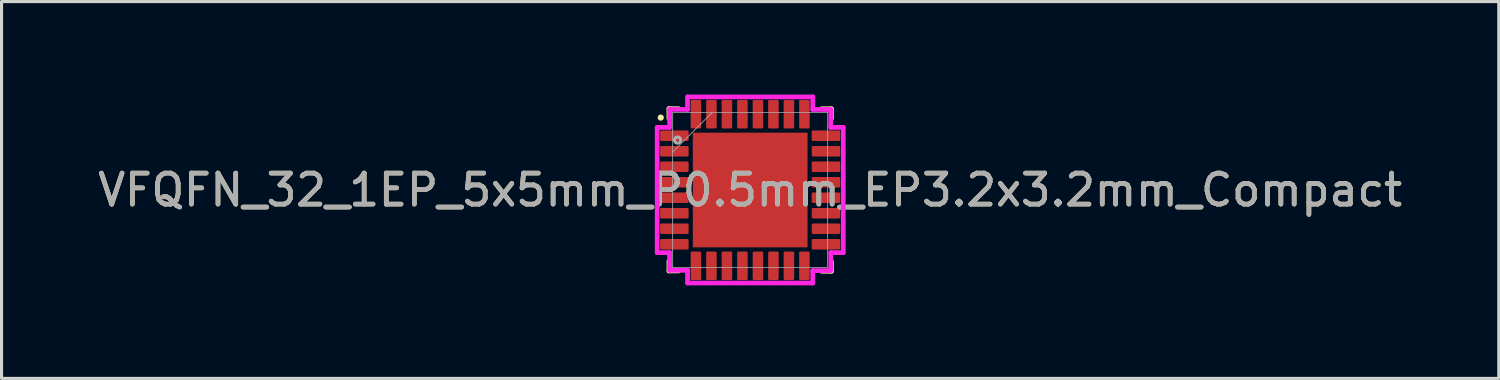
<source format=kicad_pcb>
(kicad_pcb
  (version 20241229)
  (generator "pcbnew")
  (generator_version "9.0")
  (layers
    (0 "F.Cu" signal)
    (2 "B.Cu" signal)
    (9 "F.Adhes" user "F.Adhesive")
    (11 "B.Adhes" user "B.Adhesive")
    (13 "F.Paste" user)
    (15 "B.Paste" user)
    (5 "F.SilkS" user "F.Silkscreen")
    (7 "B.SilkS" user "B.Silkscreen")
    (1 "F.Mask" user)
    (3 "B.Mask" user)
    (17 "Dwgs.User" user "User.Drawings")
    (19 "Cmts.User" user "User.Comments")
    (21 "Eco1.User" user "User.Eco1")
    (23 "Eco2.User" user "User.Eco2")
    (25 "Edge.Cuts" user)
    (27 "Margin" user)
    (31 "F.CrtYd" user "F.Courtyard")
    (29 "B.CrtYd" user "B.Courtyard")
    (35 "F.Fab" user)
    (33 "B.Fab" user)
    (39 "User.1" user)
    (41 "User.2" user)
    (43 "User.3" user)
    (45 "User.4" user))
  (footprint "VFQFN_32_1EP_5x5mm_P0.5mm_EP3.2x3.2mm_Compact"
    (layer "F.Cu")
    (at 21.149 3.079)
    (property "Reference" "VFQFN_32_1EP_5x5mm_P0.5mm_EP3.2x3.2mm_Compact" (at 0 0 0) (unlocked yes) (layer "F.SilkS") (effects (font (size 1 1) (thickness 0.15))))
    (attr smd)
    (fp_poly (pts (xy -1.9 -1.9) (xy 1.9 -1.9) (xy 1.9 1.9) (xy -1.9 1.9)) (stroke (width 0.01) (type solid)) (fill yes) (layer "F.Mask"))
    (fp_line (start -2.62 -2.622) (end -2.62 -2.31) (stroke (width 0.152) (type solid)) (layer "F.SilkS"))
    (fp_line (start -2.62 2.298) (end -2.62 2.61) (stroke (width 0.152) (type solid)) (layer "F.SilkS"))
    (fp_line (start -2.62 2.61) (end -2.308 2.61) (stroke (width 0.152) (type solid)) (layer "F.SilkS"))
    (fp_line (start -2.308 -2.622) (end -2.62 -2.622) (stroke (width 0.152) (type solid)) (layer "F.SilkS"))
    (fp_line (start 2.308 2.62) (end 2.62 2.62) (stroke (width 0.152) (type solid)) (layer "F.SilkS"))
    (fp_line (start 2.62 -2.62) (end 2.308 -2.62) (stroke (width 0.152) (type solid)) (layer "F.SilkS"))
    (fp_line (start 2.62 -2.308) (end 2.62 -2.62) (stroke (width 0.152) (type solid)) (layer "F.SilkS"))
    (fp_line (start 2.62 2.62) (end 2.62 2.308) (stroke (width 0.152) (type solid)) (layer "F.SilkS"))
    (fp_circle (center -2.884 -2.336) (end -2.784 -2.336) (stroke (width 0) (type solid)) (fill yes) (layer "F.SilkS"))
    (fp_poly (pts (xy -1.17 -1.17) (xy 1.17 -1.17) (xy 1.17 1.17) (xy -1.17 1.17)) (stroke (width 0.01) (type solid)) (fill yes) (layer "F.Paste"))
    (fp_line (start -3 -2.02) (end -2.599 -2.02) (stroke (width 0.152) (type solid)) (layer "F.CrtYd"))
    (fp_line (start -3 2.02) (end -3 -2.02) (stroke (width 0.152) (type solid)) (layer "F.CrtYd"))
    (fp_line (start -2.6 2.02) (end -3 2.02) (stroke (width 0.152) (type solid)) (layer "F.CrtYd"))
    (fp_line (start -2.6 2.59) (end -2.6 2.02) (stroke (width 0.152) (type solid)) (layer "F.CrtYd"))
    (fp_line (start -2.599 -2.6) (end -2.02 -2.6) (stroke (width 0.152) (type solid)) (layer "F.CrtYd"))
    (fp_line (start -2.599 -2.02) (end -2.599 -2.6) (stroke (width 0.152) (type solid)) (layer "F.CrtYd"))
    (fp_line (start -2.02 -3.003) (end 2.02 -3.003) (stroke (width 0.152) (type solid)) (layer "F.CrtYd"))
    (fp_line (start -2.02 -2.6) (end -2.02 -3.003) (stroke (width 0.152) (type solid)) (layer "F.CrtYd"))
    (fp_line (start -2.02 2.59) (end -2.6 2.59) (stroke (width 0.152) (type solid)) (layer "F.CrtYd"))
    (fp_line (start -2.02 3) (end -2.02 2.59) (stroke (width 0.152) (type solid)) (layer "F.CrtYd"))
    (fp_line (start 2.02 -3.003) (end 2.02 -2.6) (stroke (width 0.152) (type solid)) (layer "F.CrtYd"))
    (fp_line (start 2.02 -2.599) (end 2.6 -2.599) (stroke (width 0.152) (type solid)) (layer "F.CrtYd"))
    (fp_line (start 2.02 2.6) (end 2.02 3) (stroke (width 0.152) (type solid)) (layer "F.CrtYd"))
    (fp_line (start 2.02 3) (end -2.02 3) (stroke (width 0.152) (type solid)) (layer "F.CrtYd"))
    (fp_line (start 2.599 2.02) (end 2.599 2.6) (stroke (width 0.152) (type solid)) (layer "F.CrtYd"))
    (fp_line (start 2.599 2.6) (end 2.02 2.6) (stroke (width 0.152) (type solid)) (layer "F.CrtYd"))
    (fp_line (start 2.6 -2.599) (end 2.6 -2.02) (stroke (width 0.152) (type solid)) (layer "F.CrtYd"))
    (fp_line (start 2.6 -2.02) (end 3.003 -2.02) (stroke (width 0.152) (type solid)) (layer "F.CrtYd"))
    (fp_line (start 3.003 -2.02) (end 3.003 2.02) (stroke (width 0.152) (type solid)) (layer "F.CrtYd"))
    (fp_line (start 3.003 2.02) (end 2.599 2.02) (stroke (width 0.152) (type solid)) (layer "F.CrtYd"))
    (fp_line (start -2.5 -2.5) (end 2.5 -2.5) (stroke (width 0.025) (type solid)) (layer "F.Fab"))
    (fp_line (start -2.5 2.5) (end -2.5 -2.5) (stroke (width 0.025) (type solid)) (layer "F.Fab"))
    (fp_line (start -2.499 -1.229) (end -1.229 -2.499) (stroke (width 0.025) (type solid)) (layer "F.Fab"))
    (fp_line (start 2.5 -2.5) (end 2.5 2.5) (stroke (width 0.025) (type solid)) (layer "F.Fab"))
    (fp_line (start 2.5 2.5) (end -2.5 2.5) (stroke (width 0.025) (type solid)) (layer "F.Fab"))
    (fp_circle (center -2.34 -1.61) (end -2.24 -1.61) (stroke (width 0.1) (type solid)) (fill no) (layer "F.Fab"))
    (fp_text user "${REFERENCE}" (at 0 0 0) (unlocked yes) (layer "F.Fab") (effects (font (size 1 1) (thickness 0.15))))
    (pad "1" smd roundrect (at -2.445 -1.75) (size 0.92 0.34) (layers "F.Cu" "F.Paste") (roundrect_rratio 0.125))
    (pad "2" smd roundrect (at -2.445 -1.25) (size 0.92 0.34) (layers "F.Cu" "F.Paste") (roundrect_rratio 0.125))
    (pad "3" smd roundrect (at -2.445 -0.75) (size 0.92 0.34) (layers "F.Cu" "F.Paste") (roundrect_rratio 0.125))
    (pad "4" smd roundrect (at -2.445 -0.25) (size 0.92 0.34) (layers "F.Cu" "F.Paste") (roundrect_rratio 0.125))
    (pad "5" smd roundrect (at -2.445 0.25) (size 0.92 0.34) (layers "F.Cu" "F.Paste") (roundrect_rratio 0.125))
    (pad "6" smd roundrect (at -2.445 0.75) (size 0.92 0.34) (layers "F.Cu" "F.Paste") (roundrect_rratio 0.125))
    (pad "7" smd roundrect (at -2.445 1.25) (size 0.92 0.34) (layers "F.Cu" "F.Paste") (roundrect_rratio 0.125))
    (pad "8" smd roundrect (at -2.445 1.75) (size 0.92 0.34) (layers "F.Cu" "F.Paste") (roundrect_rratio 0.125))
    (pad "9" smd roundrect (at -1.75 2.445) (size 0.34 0.92) (layers "F.Cu" "F.Paste") (roundrect_rratio 0.125))
    (pad "10" smd roundrect (at -1.25 2.445) (size 0.34 0.92) (layers "F.Cu" "F.Paste") (roundrect_rratio 0.125))
    (pad "11" smd roundrect (at -0.75 2.445) (size 0.34 0.92) (layers "F.Cu" "F.Paste") (roundrect_rratio 0.125))
    (pad "12" smd roundrect (at -0.25 2.445) (size 0.34 0.92) (layers "F.Cu" "F.Paste") (roundrect_rratio 0.125))
    (pad "13" smd roundrect (at 0.25 2.445) (size 0.34 0.92) (layers "F.Cu" "F.Paste") (roundrect_rratio 0.125))
    (pad "14" smd roundrect (at 0.75 2.445) (size 0.34 0.92) (layers "F.Cu" "F.Paste") (roundrect_rratio 0.125))
    (pad "15" smd roundrect (at 1.25 2.445) (size 0.34 0.92) (layers "F.Cu" "F.Paste") (roundrect_rratio 0.125))
    (pad "16" smd roundrect (at 1.75 2.445) (size 0.34 0.92) (layers "F.Cu" "F.Paste") (roundrect_rratio 0.125))
    (pad "17" smd roundrect (at 2.445 1.75) (size 0.92 0.34) (layers "F.Cu" "F.Paste") (roundrect_rratio 0.125))
    (pad "18" smd roundrect (at 2.445 1.25) (size 0.92 0.34) (layers "F.Cu" "F.Paste") (roundrect_rratio 0.125))
    (pad "19" smd roundrect (at 2.445 0.75) (size 0.92 0.34) (layers "F.Cu" "F.Paste") (roundrect_rratio 0.125))
    (pad "20" smd roundrect (at 2.445 0.25) (size 0.92 0.34) (layers "F.Cu" "F.Paste") (roundrect_rratio 0.125))
    (pad "21" smd roundrect (at 2.445 -0.25) (size 0.92 0.34) (layers "F.Cu" "F.Paste") (roundrect_rratio 0.125))
    (pad "22" smd roundrect (at 2.445 -0.75) (size 0.92 0.34) (layers "F.Cu" "F.Paste") (roundrect_rratio 0.125))
    (pad "23" smd roundrect (at 2.445 -1.25) (size 0.92 0.34) (layers "F.Cu" "F.Paste") (roundrect_rratio 0.125))
    (pad "24" smd roundrect (at 2.445 -1.75) (size 0.92 0.34) (layers "F.Cu" "F.Paste") (roundrect_rratio 0.125))
    (pad "25" smd roundrect (at 1.75 -2.445) (size 0.34 0.92) (layers "F.Cu" "F.Paste") (roundrect_rratio 0.125))
    (pad "26" smd roundrect (at 1.25 -2.445) (size 0.34 0.92) (layers "F.Cu" "F.Paste") (roundrect_rratio 0.125))
    (pad "27" smd roundrect (at 0.75 -2.445) (size 0.34 0.92) (layers "F.Cu" "F.Paste") (roundrect_rratio 0.125))
    (pad "28" smd roundrect (at 0.25 -2.445) (size 0.34 0.92) (layers "F.Cu" "F.Paste") (roundrect_rratio 0.125))
    (pad "29" smd roundrect (at -0.25 -2.445) (size 0.34 0.92) (layers "F.Cu" "F.Paste") (roundrect_rratio 0.125))
    (pad "30" smd roundrect (at -0.75 -2.445) (size 0.34 0.92) (layers "F.Cu" "F.Paste") (roundrect_rratio 0.125))
    (pad "31" smd roundrect (at -1.25 -2.445) (size 0.34 0.92) (layers "F.Cu" "F.Paste") (roundrect_rratio 0.125))
    (pad "32" smd roundrect (at -1.75 -2.445) (size 0.34 0.92) (layers "F.Cu" "F.Paste") (roundrect_rratio 0.125))
    (pad "33" smd rect (at 0 0) (size 3.7 3.7) (layers "F.Cu")))
  (gr_rect
    (start -3 -3)
    (end 45.298 9.156)
    (stroke (width 0.1) (type default))
    (fill no)
    (layer "Edge.Cuts")))
</source>
